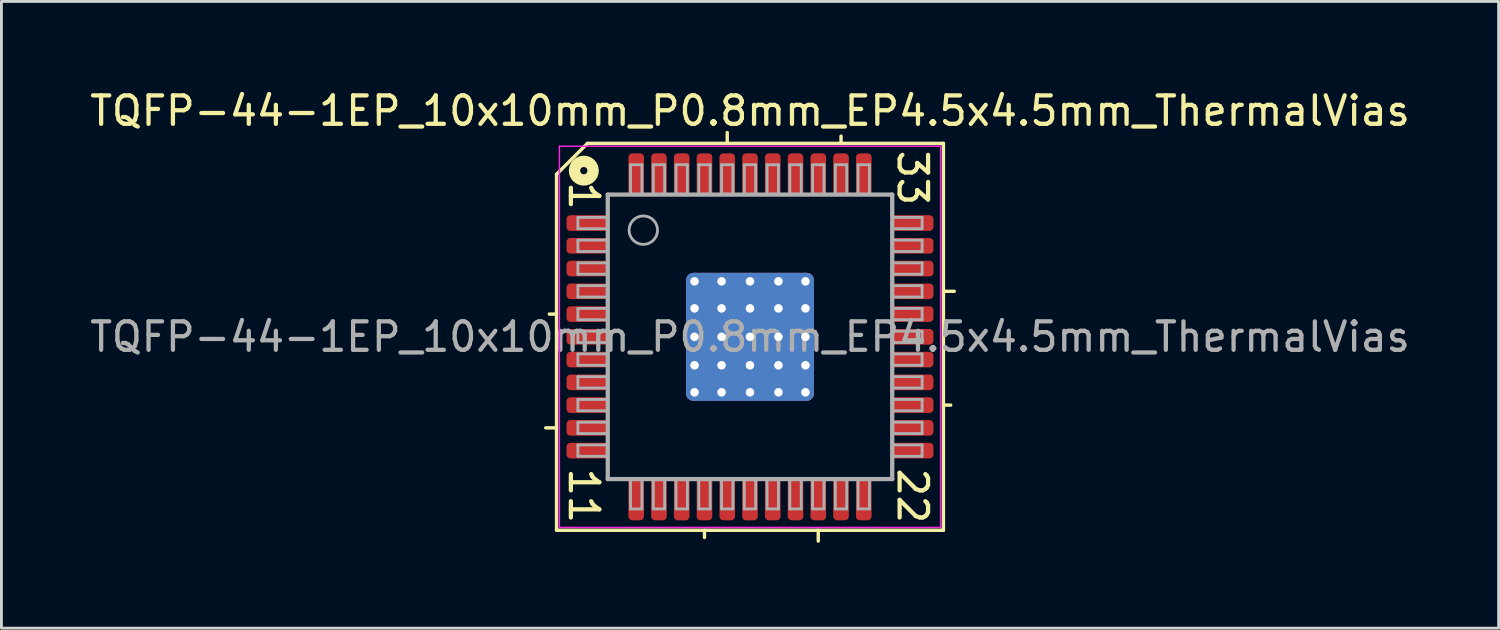
<source format=kicad_pcb>
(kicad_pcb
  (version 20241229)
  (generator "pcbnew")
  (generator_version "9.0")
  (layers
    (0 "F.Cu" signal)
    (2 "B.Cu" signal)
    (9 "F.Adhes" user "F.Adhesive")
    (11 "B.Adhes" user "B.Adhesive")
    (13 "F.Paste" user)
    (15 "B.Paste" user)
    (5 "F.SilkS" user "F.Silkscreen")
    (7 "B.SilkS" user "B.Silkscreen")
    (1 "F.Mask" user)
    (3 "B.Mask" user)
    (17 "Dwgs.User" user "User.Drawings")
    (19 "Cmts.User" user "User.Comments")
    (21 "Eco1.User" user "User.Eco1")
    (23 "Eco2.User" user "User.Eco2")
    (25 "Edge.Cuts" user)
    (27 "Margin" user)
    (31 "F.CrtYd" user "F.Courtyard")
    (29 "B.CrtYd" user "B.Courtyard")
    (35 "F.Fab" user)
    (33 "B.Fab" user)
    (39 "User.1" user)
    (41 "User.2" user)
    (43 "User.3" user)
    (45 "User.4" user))
  (footprint "TQFP-44-1EP_10x10mm_P0.8mm_EP4.5x4.5mm_ThermalVias"
    (layer "F.Cu")
    (at 23.315 8.791)
    (property "Reference" "TQFP-44-1EP_10x10mm_P0.8mm_EP4.5x4.5mm_ThermalVias" (at 0 -7.943 0) (layer "F.SilkS") (effects (font (size 1 1) (thickness 0.15))))
    (attr smd)
    (fp_line (start -6.8 -5.715) (end -6.8 6.8) (stroke (width 0.12) (type solid)) (layer "F.SilkS"))
    (fp_line (start -6.8 -0.8) (end -7.054 -0.8) (stroke (width 0.12) (type solid)) (layer "F.SilkS"))
    (fp_line (start -6.8 3.2) (end -7.181 3.2) (stroke (width 0.12) (type solid)) (layer "F.SilkS"))
    (fp_line (start -6.8 6.8) (end 6.8 6.8) (stroke (width 0.12) (type solid)) (layer "F.SilkS"))
    (fp_line (start -5.715 -6.8) (end -6.8 -5.715) (stroke (width 0.12) (type solid)) (layer "F.SilkS"))
    (fp_line (start -1.6 6.8) (end -1.6 7.054) (stroke (width 0.12) (type solid)) (layer "F.SilkS"))
    (fp_line (start -0.8 -6.8) (end -0.8 -7.181) (stroke (width 0.12) (type solid)) (layer "F.SilkS"))
    (fp_line (start 2.4 6.8) (end 2.4 7.181) (stroke (width 0.12) (type solid)) (layer "F.SilkS"))
    (fp_line (start 3.2 -6.8) (end 3.2 -7.054) (stroke (width 0.12) (type solid)) (layer "F.SilkS"))
    (fp_line (start 6.8 -6.8) (end -5.715 -6.8) (stroke (width 0.12) (type solid)) (layer "F.SilkS"))
    (fp_line (start 6.8 -1.6) (end 7.181 -1.6) (stroke (width 0.12) (type solid)) (layer "F.SilkS"))
    (fp_line (start 6.8 2.4) (end 7.054 2.4) (stroke (width 0.12) (type solid)) (layer "F.SilkS"))
    (fp_line (start 6.8 6.8) (end 6.8 -6.8) (stroke (width 0.12) (type solid)) (layer "F.SilkS"))
    (fp_circle (center -5.842 -5.842) (end -5.715 -5.842) (stroke (width 0.4) (type solid)) (fill no) (layer "F.SilkS"))
    (fp_line (start -6.7 -6.7) (end -6.7 6.7) (stroke (width 0.05) (type solid)) (layer "F.CrtYd"))
    (fp_line (start -6.7 -6.7) (end 6.7 -6.7) (stroke (width 0.05) (type solid)) (layer "F.CrtYd"))
    (fp_line (start -6.7 6.7) (end 6.7 6.7) (stroke (width 0.05) (type solid)) (layer "F.CrtYd"))
    (fp_line (start 6.7 -6.7) (end 6.7 6.7) (stroke (width 0.05) (type solid)) (layer "F.CrtYd"))
    (fp_line (start -6.05 -4.2) (end -6.05 -3.8) (stroke (width 0.1) (type solid)) (layer "F.Fab"))
    (fp_line (start -6.05 -4.2) (end -5 -4.2) (stroke (width 0.1) (type solid)) (layer "F.Fab"))
    (fp_line (start -6.05 -3.8) (end -5 -3.8) (stroke (width 0.1) (type solid)) (layer "F.Fab"))
    (fp_line (start -6.05 -3.4) (end -6.05 -3) (stroke (width 0.1) (type solid)) (layer "F.Fab"))
    (fp_line (start -6.05 -3.4) (end -5 -3.4) (stroke (width 0.1) (type solid)) (layer "F.Fab"))
    (fp_line (start -6.05 -3) (end -5 -3) (stroke (width 0.1) (type solid)) (layer "F.Fab"))
    (fp_line (start -6.05 -2.6) (end -6.05 -2.2) (stroke (width 0.1) (type solid)) (layer "F.Fab"))
    (fp_line (start -6.05 -2.6) (end -5 -2.6) (stroke (width 0.1) (type solid)) (layer "F.Fab"))
    (fp_line (start -6.05 -2.2) (end -5 -2.2) (stroke (width 0.1) (type solid)) (layer "F.Fab"))
    (fp_line (start -6.05 -1.8) (end -6.05 -1.4) (stroke (width 0.1) (type solid)) (layer "F.Fab"))
    (fp_line (start -6.05 -1.8) (end -5 -1.8) (stroke (width 0.1) (type solid)) (layer "F.Fab"))
    (fp_line (start -6.05 -1.4) (end -5 -1.4) (stroke (width 0.1) (type solid)) (layer "F.Fab"))
    (fp_line (start -6.05 -1) (end -6.05 -0.6) (stroke (width 0.1) (type solid)) (layer "F.Fab"))
    (fp_line (start -6.05 -1) (end -5 -1) (stroke (width 0.1) (type solid)) (layer "F.Fab"))
    (fp_line (start -6.05 -0.6) (end -5 -0.6) (stroke (width 0.1) (type solid)) (layer "F.Fab"))
    (fp_line (start -6.05 -0.2) (end -6.05 0.2) (stroke (width 0.1) (type solid)) (layer "F.Fab"))
    (fp_line (start -6.05 -0.2) (end -5 -0.2) (stroke (width 0.1) (type solid)) (layer "F.Fab"))
    (fp_line (start -6.05 0.2) (end -5 0.2) (stroke (width 0.1) (type solid)) (layer "F.Fab"))
    (fp_line (start -6.05 0.6) (end -6.05 1) (stroke (width 0.1) (type solid)) (layer "F.Fab"))
    (fp_line (start -6.05 0.6) (end -5 0.6) (stroke (width 0.1) (type solid)) (layer "F.Fab"))
    (fp_line (start -6.05 1) (end -5 1) (stroke (width 0.1) (type solid)) (layer "F.Fab"))
    (fp_line (start -6.05 1.4) (end -6.05 1.8) (stroke (width 0.1) (type solid)) (layer "F.Fab"))
    (fp_line (start -6.05 1.4) (end -5 1.4) (stroke (width 0.1) (type solid)) (layer "F.Fab"))
    (fp_line (start -6.05 1.8) (end -5 1.8) (stroke (width 0.1) (type solid)) (layer "F.Fab"))
    (fp_line (start -6.05 2.2) (end -6.05 2.6) (stroke (width 0.1) (type solid)) (layer "F.Fab"))
    (fp_line (start -6.05 2.2) (end -5 2.2) (stroke (width 0.1) (type solid)) (layer "F.Fab"))
    (fp_line (start -6.05 2.6) (end -5 2.6) (stroke (width 0.1) (type solid)) (layer "F.Fab"))
    (fp_line (start -6.05 3) (end -6.05 3.4) (stroke (width 0.1) (type solid)) (layer "F.Fab"))
    (fp_line (start -6.05 3) (end -5 3) (stroke (width 0.1) (type solid)) (layer "F.Fab"))
    (fp_line (start -6.05 3.4) (end -5 3.4) (stroke (width 0.1) (type solid)) (layer "F.Fab"))
    (fp_line (start -6.05 3.8) (end -6.05 4.2) (stroke (width 0.1) (type solid)) (layer "F.Fab"))
    (fp_line (start -6.05 3.8) (end -5 3.8) (stroke (width 0.1) (type solid)) (layer "F.Fab"))
    (fp_line (start -6.05 4.2) (end -5 4.2) (stroke (width 0.1) (type solid)) (layer "F.Fab"))
    (fp_line (start -5 -5) (end 5 -5) (stroke (width 0.15) (type solid)) (layer "F.Fab"))
    (fp_line (start -5 5) (end -5 -5) (stroke (width 0.15) (type solid)) (layer "F.Fab"))
    (fp_line (start -4.2 -6.05) (end -4.2 -5) (stroke (width 0.1) (type solid)) (layer "F.Fab"))
    (fp_line (start -4.2 6.05) (end -4.2 5) (stroke (width 0.1) (type solid)) (layer "F.Fab"))
    (fp_line (start -4.2 6.05) (end -3.8 6.05) (stroke (width 0.1) (type solid)) (layer "F.Fab"))
    (fp_line (start -3.8 -6.05) (end -4.2 -6.05) (stroke (width 0.1) (type solid)) (layer "F.Fab"))
    (fp_line (start -3.8 -6.05) (end -3.8 -5) (stroke (width 0.1) (type solid)) (layer "F.Fab"))
    (fp_line (start -3.8 6.05) (end -3.8 5) (stroke (width 0.1) (type solid)) (layer "F.Fab"))
    (fp_line (start -3.4 -6.05) (end -3.4 -5) (stroke (width 0.1) (type solid)) (layer "F.Fab"))
    (fp_line (start -3.4 6.05) (end -3.4 5) (stroke (width 0.1) (type solid)) (layer "F.Fab"))
    (fp_line (start -3.4 6.05) (end -3 6.05) (stroke (width 0.1) (type solid)) (layer "F.Fab"))
    (fp_line (start -3 -6.05) (end -3.4 -6.05) (stroke (width 0.1) (type solid)) (layer "F.Fab"))
    (fp_line (start -3 -6.05) (end -3 -5) (stroke (width 0.1) (type solid)) (layer "F.Fab"))
    (fp_line (start -3 6.05) (end -3 5) (stroke (width 0.1) (type solid)) (layer "F.Fab"))
    (fp_line (start -2.6 -6.05) (end -2.6 -5) (stroke (width 0.1) (type solid)) (layer "F.Fab"))
    (fp_line (start -2.6 6.05) (end -2.6 5) (stroke (width 0.1) (type solid)) (layer "F.Fab"))
    (fp_line (start -2.6 6.05) (end -2.2 6.05) (stroke (width 0.1) (type solid)) (layer "F.Fab"))
    (fp_line (start -2.2 -6.05) (end -2.6 -6.05) (stroke (width 0.1) (type solid)) (layer "F.Fab"))
    (fp_line (start -2.2 -6.05) (end -2.2 -5) (stroke (width 0.1) (type solid)) (layer "F.Fab"))
    (fp_line (start -2.2 6.05) (end -2.2 5) (stroke (width 0.1) (type solid)) (layer "F.Fab"))
    (fp_line (start -1.8 -6.05) (end -1.8 -5) (stroke (width 0.1) (type solid)) (layer "F.Fab"))
    (fp_line (start -1.8 6.05) (end -1.8 5) (stroke (width 0.1) (type solid)) (layer "F.Fab"))
    (fp_line (start -1.8 6.05) (end -1.4 6.05) (stroke (width 0.1) (type solid)) (layer "F.Fab"))
    (fp_line (start -1.4 -6.05) (end -1.8 -6.05) (stroke (width 0.1) (type solid)) (layer "F.Fab"))
    (fp_line (start -1.4 -6.05) (end -1.4 -5) (stroke (width 0.1) (type solid)) (layer "F.Fab"))
    (fp_line (start -1.4 6.05) (end -1.4 5) (stroke (width 0.1) (type solid)) (layer "F.Fab"))
    (fp_line (start -1 -6.05) (end -1 -5) (stroke (width 0.1) (type solid)) (layer "F.Fab"))
    (fp_line (start -1 6.05) (end -1 5) (stroke (width 0.1) (type solid)) (layer "F.Fab"))
    (fp_line (start -1 6.05) (end -0.6 6.05) (stroke (width 0.1) (type solid)) (layer "F.Fab"))
    (fp_line (start -0.6 -6.05) (end -1 -6.05) (stroke (width 0.1) (type solid)) (layer "F.Fab"))
    (fp_line (start -0.6 -6.05) (end -0.6 -5) (stroke (width 0.1) (type solid)) (layer "F.Fab"))
    (fp_line (start -0.6 6.05) (end -0.6 5) (stroke (width 0.1) (type solid)) (layer "F.Fab"))
    (fp_line (start -0.2 -6.05) (end -0.2 -5) (stroke (width 0.1) (type solid)) (layer "F.Fab"))
    (fp_line (start -0.2 6.05) (end -0.2 5) (stroke (width 0.1) (type solid)) (layer "F.Fab"))
    (fp_line (start -0.2 6.05) (end 0.2 6.05) (stroke (width 0.1) (type solid)) (layer "F.Fab"))
    (fp_line (start 0.2 -6.05) (end -0.2 -6.05) (stroke (width 0.1) (type solid)) (layer "F.Fab"))
    (fp_line (start 0.2 -6.05) (end 0.2 -5) (stroke (width 0.1) (type solid)) (layer "F.Fab"))
    (fp_line (start 0.2 6.05) (end 0.2 5) (stroke (width 0.1) (type solid)) (layer "F.Fab"))
    (fp_line (start 0.6 -6.05) (end 0.6 -5) (stroke (width 0.1) (type solid)) (layer "F.Fab"))
    (fp_line (start 0.6 6.05) (end 0.6 5) (stroke (width 0.1) (type solid)) (layer "F.Fab"))
    (fp_line (start 0.6 6.05) (end 1 6.05) (stroke (width 0.1) (type solid)) (layer "F.Fab"))
    (fp_line (start 1 -6.05) (end 0.6 -6.05) (stroke (width 0.1) (type solid)) (layer "F.Fab"))
    (fp_line (start 1 -6.05) (end 1 -5) (stroke (width 0.1) (type solid)) (layer "F.Fab"))
    (fp_line (start 1 6.05) (end 1 5) (stroke (width 0.1) (type solid)) (layer "F.Fab"))
    (fp_line (start 1.4 -6.05) (end 1.4 -5) (stroke (width 0.1) (type solid)) (layer "F.Fab"))
    (fp_line (start 1.4 6.05) (end 1.4 5) (stroke (width 0.1) (type solid)) (layer "F.Fab"))
    (fp_line (start 1.4 6.05) (end 1.8 6.05) (stroke (width 0.1) (type solid)) (layer "F.Fab"))
    (fp_line (start 1.8 -6.05) (end 1.4 -6.05) (stroke (width 0.1) (type solid)) (layer "F.Fab"))
    (fp_line (start 1.8 -6.05) (end 1.8 -5) (stroke (width 0.1) (type solid)) (layer "F.Fab"))
    (fp_line (start 1.8 6.05) (end 1.8 5) (stroke (width 0.1) (type solid)) (layer "F.Fab"))
    (fp_line (start 2.2 -6.05) (end 2.2 -5) (stroke (width 0.1) (type solid)) (layer "F.Fab"))
    (fp_line (start 2.2 6.05) (end 2.2 5) (stroke (width 0.1) (type solid)) (layer "F.Fab"))
    (fp_line (start 2.2 6.05) (end 2.6 6.05) (stroke (width 0.1) (type solid)) (layer "F.Fab"))
    (fp_line (start 2.6 -6.05) (end 2.2 -6.05) (stroke (width 0.1) (type solid)) (layer "F.Fab"))
    (fp_line (start 2.6 -6.05) (end 2.6 -5) (stroke (width 0.1) (type solid)) (layer "F.Fab"))
    (fp_line (start 2.6 6.05) (end 2.6 5) (stroke (width 0.1) (type solid)) (layer "F.Fab"))
    (fp_line (start 3 -6.05) (end 3 -5) (stroke (width 0.1) (type solid)) (layer "F.Fab"))
    (fp_line (start 3 6.05) (end 3 5) (stroke (width 0.1) (type solid)) (layer "F.Fab"))
    (fp_line (start 3 6.05) (end 3.4 6.05) (stroke (width 0.1) (type solid)) (layer "F.Fab"))
    (fp_line (start 3.4 -6.05) (end 3 -6.05) (stroke (width 0.1) (type solid)) (layer "F.Fab"))
    (fp_line (start 3.4 -6.05) (end 3.4 -5) (stroke (width 0.1) (type solid)) (layer "F.Fab"))
    (fp_line (start 3.4 6.05) (end 3.4 5) (stroke (width 0.1) (type solid)) (layer "F.Fab"))
    (fp_line (start 3.8 -6.05) (end 3.8 -5) (stroke (width 0.1) (type solid)) (layer "F.Fab"))
    (fp_line (start 3.8 6.05) (end 3.8 5) (stroke (width 0.1) (type solid)) (layer "F.Fab"))
    (fp_line (start 3.8 6.05) (end 4.2 6.05) (stroke (width 0.1) (type solid)) (layer "F.Fab"))
    (fp_line (start 4.2 -6.05) (end 3.8 -6.05) (stroke (width 0.1) (type solid)) (layer "F.Fab"))
    (fp_line (start 4.2 -6.05) (end 4.2 -5) (stroke (width 0.1) (type solid)) (layer "F.Fab"))
    (fp_line (start 4.2 6.05) (end 4.2 5) (stroke (width 0.1) (type solid)) (layer "F.Fab"))
    (fp_line (start 5 -5) (end 5 5) (stroke (width 0.15) (type solid)) (layer "F.Fab"))
    (fp_line (start 5 5) (end -5 5) (stroke (width 0.15) (type solid)) (layer "F.Fab"))
    (fp_line (start 6.05 -4.2) (end 5 -4.2) (stroke (width 0.1) (type solid)) (layer "F.Fab"))
    (fp_line (start 6.05 -3.8) (end 5 -3.8) (stroke (width 0.1) (type solid)) (layer "F.Fab"))
    (fp_line (start 6.05 -3.8) (end 6.05 -4.2) (stroke (width 0.1) (type solid)) (layer "F.Fab"))
    (fp_line (start 6.05 -3.4) (end 5 -3.4) (stroke (width 0.1) (type solid)) (layer "F.Fab"))
    (fp_line (start 6.05 -3) (end 5 -3) (stroke (width 0.1) (type solid)) (layer "F.Fab"))
    (fp_line (start 6.05 -3) (end 6.05 -3.4) (stroke (width 0.1) (type solid)) (layer "F.Fab"))
    (fp_line (start 6.05 -2.6) (end 5 -2.6) (stroke (width 0.1) (type solid)) (layer "F.Fab"))
    (fp_line (start 6.05 -2.2) (end 5 -2.2) (stroke (width 0.1) (type solid)) (layer "F.Fab"))
    (fp_line (start 6.05 -2.2) (end 6.05 -2.6) (stroke (width 0.1) (type solid)) (layer "F.Fab"))
    (fp_line (start 6.05 -1.8) (end 5 -1.8) (stroke (width 0.1) (type solid)) (layer "F.Fab"))
    (fp_line (start 6.05 -1.4) (end 5 -1.4) (stroke (width 0.1) (type solid)) (layer "F.Fab"))
    (fp_line (start 6.05 -1.4) (end 6.05 -1.8) (stroke (width 0.1) (type solid)) (layer "F.Fab"))
    (fp_line (start 6.05 -1) (end 5 -1) (stroke (width 0.1) (type solid)) (layer "F.Fab"))
    (fp_line (start 6.05 -0.6) (end 5 -0.6) (stroke (width 0.1) (type solid)) (layer "F.Fab"))
    (fp_line (start 6.05 -0.6) (end 6.05 -1) (stroke (width 0.1) (type solid)) (layer "F.Fab"))
    (fp_line (start 6.05 -0.2) (end 5 -0.2) (stroke (width 0.1) (type solid)) (layer "F.Fab"))
    (fp_line (start 6.05 0.2) (end 5 0.2) (stroke (width 0.1) (type solid)) (layer "F.Fab"))
    (fp_line (start 6.05 0.2) (end 6.05 -0.2) (stroke (width 0.1) (type solid)) (layer "F.Fab"))
    (fp_line (start 6.05 0.6) (end 5 0.6) (stroke (width 0.1) (type solid)) (layer "F.Fab"))
    (fp_line (start 6.05 1) (end 5 1) (stroke (width 0.1) (type solid)) (layer "F.Fab"))
    (fp_line (start 6.05 1) (end 6.05 0.6) (stroke (width 0.1) (type solid)) (layer "F.Fab"))
    (fp_line (start 6.05 1.4) (end 5 1.4) (stroke (width 0.1) (type solid)) (layer "F.Fab"))
    (fp_line (start 6.05 1.8) (end 5 1.8) (stroke (width 0.1) (type solid)) (layer "F.Fab"))
    (fp_line (start 6.05 1.8) (end 6.05 1.4) (stroke (width 0.1) (type solid)) (layer "F.Fab"))
    (fp_line (start 6.05 2.2) (end 5 2.2) (stroke (width 0.1) (type solid)) (layer "F.Fab"))
    (fp_line (start 6.05 2.6) (end 5 2.6) (stroke (width 0.1) (type solid)) (layer "F.Fab"))
    (fp_line (start 6.05 2.6) (end 6.05 2.2) (stroke (width 0.1) (type solid)) (layer "F.Fab"))
    (fp_line (start 6.05 3) (end 5 3) (stroke (width 0.1) (type solid)) (layer "F.Fab"))
    (fp_line (start 6.05 3.4) (end 5 3.4) (stroke (width 0.1) (type solid)) (layer "F.Fab"))
    (fp_line (start 6.05 3.4) (end 6.05 3) (stroke (width 0.1) (type solid)) (layer "F.Fab"))
    (fp_line (start 6.05 3.8) (end 5 3.8) (stroke (width 0.1) (type solid)) (layer "F.Fab"))
    (fp_line (start 6.05 4.2) (end 5 4.2) (stroke (width 0.1) (type solid)) (layer "F.Fab"))
    (fp_line (start 6.05 4.2) (end 6.05 3.8) (stroke (width 0.1) (type solid)) (layer "F.Fab"))
    (fp_circle (center -3.75 -3.75) (end -3.25 -3.75) (stroke (width 0.1) (type solid)) (fill no) (layer "F.Fab"))
    (fp_text user "1" (at -5.842 -4.953 270) (unlocked yes) (layer "F.SilkS") (effects (font (size 1 1) (thickness 0.15))))
    (fp_text user "22" (at 5.715 5.588 270) (unlocked yes) (layer "F.SilkS") (effects (font (size 1 1) (thickness 0.15))))
    (fp_text user "11" (at -5.842 5.588 270) (unlocked yes) (layer "F.SilkS") (effects (font (size 1 1) (thickness 0.15))))
    (fp_text user "33" (at 5.715 -5.588 270) (unlocked yes) (layer "F.SilkS") (effects (font (size 1 1) (thickness 0.15))))
    (fp_text user "${REFERENCE}" (at 0 0 0) (layer "F.Fab") (effects (font (size 1 1) (thickness 0.15))))
    (pad "" smd roundrect (at -1.5 -1.5) (size 0.8 0.8) (layers "F.Paste") (roundrect_rratio 0.25))
    (pad "" smd roundrect (at -1.5 -0.5) (size 0.8 0.8) (layers "F.Paste") (roundrect_rratio 0.25))
    (pad "" smd roundrect (at -1.5 0.5) (size 0.8 0.8) (layers "F.Paste") (roundrect_rratio 0.25))
    (pad "" smd roundrect (at -1.5 1.5) (size 0.8 0.8) (layers "F.Paste") (roundrect_rratio 0.25))
    (pad "" smd roundrect (at -0.5 -1.5) (size 0.8 0.8) (layers "F.Paste") (roundrect_rratio 0.25))
    (pad "" smd roundrect (at -0.5 -0.5) (size 0.8 0.8) (layers "F.Paste") (roundrect_rratio 0.25))
    (pad "" smd roundrect (at -0.5 0.5) (size 0.8 0.8) (layers "F.Paste") (roundrect_rratio 0.25))
    (pad "" smd roundrect (at -0.5 1.5) (size 0.8 0.8) (layers "F.Paste") (roundrect_rratio 0.25))
    (pad "" smd roundrect (at 0.5 -1.5) (size 0.8 0.8) (layers "F.Paste") (roundrect_rratio 0.25))
    (pad "" smd roundrect (at 0.5 -0.5) (size 0.8 0.8) (layers "F.Paste") (roundrect_rratio 0.25))
    (pad "" smd roundrect (at 0.5 0.5) (size 0.8 0.8) (layers "F.Paste") (roundrect_rratio 0.25))
    (pad "" smd roundrect (at 0.5 1.5) (size 0.8 0.8) (layers "F.Paste") (roundrect_rratio 0.25))
    (pad "" smd roundrect (at 1.5 -1.5) (size 0.8 0.8) (layers "F.Paste") (roundrect_rratio 0.25))
    (pad "" smd roundrect (at 1.5 -0.5) (size 0.8 0.8) (layers "F.Paste") (roundrect_rratio 0.25))
    (pad "" smd roundrect (at 1.5 0.5) (size 0.8 0.8) (layers "F.Paste") (roundrect_rratio 0.25))
    (pad "" smd roundrect (at 1.5 1.5) (size 0.8 0.8) (layers "F.Paste") (roundrect_rratio 0.25))
    (pad "1" smd roundrect (at -5.7 -4) (size 1.5 0.55) (layers "F.Cu" "F.Mask" "F.Paste") (roundrect_rratio 0.25))
    (pad "2" smd roundrect (at -5.7 -3.2) (size 1.5 0.55) (layers "F.Cu" "F.Mask" "F.Paste") (roundrect_rratio 0.25))
    (pad "3" smd roundrect (at -5.7 -2.4) (size 1.5 0.55) (layers "F.Cu" "F.Mask" "F.Paste") (roundrect_rratio 0.25))
    (pad "4" smd roundrect (at -5.7 -1.6) (size 1.5 0.55) (layers "F.Cu" "F.Mask" "F.Paste") (roundrect_rratio 0.25))
    (pad "5" smd roundrect (at -5.7 -0.8) (size 1.5 0.55) (layers "F.Cu" "F.Mask" "F.Paste") (roundrect_rratio 0.25))
    (pad "6" smd roundrect (at -5.7 0) (size 1.5 0.55) (layers "F.Cu" "F.Mask" "F.Paste") (roundrect_rratio 0.25))
    (pad "7" smd roundrect (at -5.7 0.8) (size 1.5 0.55) (layers "F.Cu" "F.Mask" "F.Paste") (roundrect_rratio 0.25))
    (pad "8" smd roundrect (at -5.7 1.6) (size 1.5 0.55) (layers "F.Cu" "F.Mask" "F.Paste") (roundrect_rratio 0.25))
    (pad "9" smd roundrect (at -5.7 2.4) (size 1.5 0.55) (layers "F.Cu" "F.Mask" "F.Paste") (roundrect_rratio 0.25))
    (pad "10" smd roundrect (at -5.7 3.2) (size 1.5 0.55) (layers "F.Cu" "F.Mask" "F.Paste") (roundrect_rratio 0.25))
    (pad "11" smd roundrect (at -5.7 4) (size 1.5 0.55) (layers "F.Cu" "F.Mask" "F.Paste") (roundrect_rratio 0.25))
    (pad "12" smd roundrect (at -4 5.7 90) (size 1.5 0.55) (layers "F.Cu" "F.Mask" "F.Paste") (roundrect_rratio 0.25))
    (pad "13" smd roundrect (at -3.2 5.7 90) (size 1.5 0.55) (layers "F.Cu" "F.Mask" "F.Paste") (roundrect_rratio 0.25))
    (pad "14" smd roundrect (at -2.4 5.7 90) (size 1.5 0.55) (layers "F.Cu" "F.Mask" "F.Paste") (roundrect_rratio 0.25))
    (pad "15" smd roundrect (at -1.6 5.7 90) (size 1.5 0.55) (layers "F.Cu" "F.Mask" "F.Paste") (roundrect_rratio 0.25))
    (pad "16" smd roundrect (at -0.8 5.7 90) (size 1.5 0.55) (layers "F.Cu" "F.Mask" "F.Paste") (roundrect_rratio 0.25))
    (pad "17" smd roundrect (at 0 5.7 90) (size 1.5 0.55) (layers "F.Cu" "F.Mask" "F.Paste") (roundrect_rratio 0.25))
    (pad "18" smd roundrect (at 0.8 5.7 90) (size 1.5 0.55) (layers "F.Cu" "F.Mask" "F.Paste") (roundrect_rratio 0.25))
    (pad "19" smd roundrect (at 1.6 5.7 90) (size 1.5 0.55) (layers "F.Cu" "F.Mask" "F.Paste") (roundrect_rratio 0.25))
    (pad "20" smd roundrect (at 2.4 5.7 90) (size 1.5 0.55) (layers "F.Cu" "F.Mask" "F.Paste") (roundrect_rratio 0.25))
    (pad "21" smd roundrect (at 3.2 5.7 90) (size 1.5 0.55) (layers "F.Cu" "F.Mask" "F.Paste") (roundrect_rratio 0.25))
    (pad "22" smd roundrect (at 4 5.7 90) (size 1.5 0.55) (layers "F.Cu" "F.Mask" "F.Paste") (roundrect_rratio 0.25))
    (pad "23" smd roundrect (at 5.7 4) (size 1.5 0.55) (layers "F.Cu" "F.Mask" "F.Paste") (roundrect_rratio 0.25))
    (pad "24" smd roundrect (at 5.7 3.2) (size 1.5 0.55) (layers "F.Cu" "F.Mask" "F.Paste") (roundrect_rratio 0.25))
    (pad "25" smd roundrect (at 5.7 2.4) (size 1.5 0.55) (layers "F.Cu" "F.Mask" "F.Paste") (roundrect_rratio 0.25))
    (pad "26" smd roundrect (at 5.7 1.6) (size 1.5 0.55) (layers "F.Cu" "F.Mask" "F.Paste") (roundrect_rratio 0.25))
    (pad "27" smd roundrect (at 5.7 0.8) (size 1.5 0.55) (layers "F.Cu" "F.Mask" "F.Paste") (roundrect_rratio 0.25))
    (pad "28" smd roundrect (at 5.7 0) (size 1.5 0.55) (layers "F.Cu" "F.Mask" "F.Paste") (roundrect_rratio 0.25))
    (pad "29" smd roundrect (at 5.7 -0.8) (size 1.5 0.55) (layers "F.Cu" "F.Mask" "F.Paste") (roundrect_rratio 0.25))
    (pad "30" smd roundrect (at 5.7 -1.6) (size 1.5 0.55) (layers "F.Cu" "F.Mask" "F.Paste") (roundrect_rratio 0.25))
    (pad "31" smd roundrect (at 5.7 -2.4) (size 1.5 0.55) (layers "F.Cu" "F.Mask" "F.Paste") (roundrect_rratio 0.25))
    (pad "32" smd roundrect (at 5.7 -3.2) (size 1.5 0.55) (layers "F.Cu" "F.Mask" "F.Paste") (roundrect_rratio 0.25))
    (pad "33" smd roundrect (at 5.7 -4) (size 1.5 0.55) (layers "F.Cu" "F.Mask" "F.Paste") (roundrect_rratio 0.25))
    (pad "34" smd roundrect (at 4 -5.7 90) (size 1.5 0.55) (layers "F.Cu" "F.Mask" "F.Paste") (roundrect_rratio 0.25))
    (pad "35" smd roundrect (at 3.2 -5.7 90) (size 1.5 0.55) (layers "F.Cu" "F.Mask" "F.Paste") (roundrect_rratio 0.25))
    (pad "36" smd roundrect (at 2.4 -5.7 90) (size 1.5 0.55) (layers "F.Cu" "F.Mask" "F.Paste") (roundrect_rratio 0.25))
    (pad "37" smd roundrect (at 1.6 -5.7 90) (size 1.5 0.55) (layers "F.Cu" "F.Mask" "F.Paste") (roundrect_rratio 0.25))
    (pad "38" smd roundrect (at 0.8 -5.7 90) (size 1.5 0.55) (layers "F.Cu" "F.Mask" "F.Paste") (roundrect_rratio 0.25))
    (pad "39" smd roundrect (at 0 -5.7 90) (size 1.5 0.55) (layers "F.Cu" "F.Mask" "F.Paste") (roundrect_rratio 0.25))
    (pad "40" smd roundrect (at -0.8 -5.7 90) (size 1.5 0.55) (layers "F.Cu" "F.Mask" "F.Paste") (roundrect_rratio 0.25))
    (pad "41" smd roundrect (at -1.6 -5.7 90) (size 1.5 0.55) (layers "F.Cu" "F.Mask" "F.Paste") (roundrect_rratio 0.25))
    (pad "42" smd roundrect (at -2.4 -5.7 90) (size 1.5 0.55) (layers "F.Cu" "F.Mask" "F.Paste") (roundrect_rratio 0.25))
    (pad "43" smd roundrect (at -3.2 -5.7 90) (size 1.5 0.55) (layers "F.Cu" "F.Mask" "F.Paste") (roundrect_rratio 0.25))
    (pad "44" smd roundrect (at -4 -5.7 90) (size 1.5 0.55) (layers "F.Cu" "F.Mask" "F.Paste") (roundrect_rratio 0.25))
    (pad "45" thru_hole circle (at -1.95 -1.95) (size 0.6 0.6) (drill 0.3) (property pad_prop_heatsink) (layers "*.Cu"))
    (pad "45" thru_hole circle (at -1.95 -1) (size 0.6 0.6) (drill 0.3) (property pad_prop_heatsink) (layers "*.Cu"))
    (pad "45" thru_hole circle (at -1.95 0) (size 0.6 0.6) (drill 0.3) (property pad_prop_heatsink) (layers "*.Cu"))
    (pad "45" thru_hole circle (at -1.95 1) (size 0.6 0.6) (drill 0.3) (property pad_prop_heatsink) (layers "*.Cu"))
    (pad "45" thru_hole circle (at -1.95 1.95) (size 0.6 0.6) (drill 0.3) (property pad_prop_heatsink) (layers "*.Cu"))
    (pad "45" thru_hole circle (at -1 -1.95) (size 0.6 0.6) (drill 0.3) (property pad_prop_heatsink) (layers "*.Cu"))
    (pad "45" thru_hole circle (at -1 -1) (size 0.6 0.6) (drill 0.3) (property pad_prop_heatsink) (layers "*.Cu"))
    (pad "45" thru_hole circle (at -1 0) (size 0.6 0.6) (drill 0.3) (property pad_prop_heatsink) (layers "*.Cu"))
    (pad "45" thru_hole circle (at -1 1) (size 0.6 0.6) (drill 0.3) (property pad_prop_heatsink) (layers "*.Cu"))
    (pad "45" thru_hole circle (at -1 1.95) (size 0.6 0.6) (drill 0.3) (property pad_prop_heatsink) (layers "*.Cu"))
    (pad "45" thru_hole circle (at 0 -1.95) (size 0.6 0.6) (drill 0.3) (property pad_prop_heatsink) (layers "*.Cu"))
    (pad "45" thru_hole circle (at 0 -1) (size 0.6 0.6) (drill 0.3) (property pad_prop_heatsink) (layers "*.Cu"))
    (pad "45" thru_hole circle (at 0 0) (size 0.6 0.6) (drill 0.3) (property pad_prop_heatsink) (layers "*.Cu"))
    (pad "45" smd roundrect (at 0 0) (size 4.5 4.5) (layers "F.Cu" "F.Mask") (roundrect_rratio 0.056))
    (pad "45" smd roundrect (at 0 0) (size 4.5 4.5) (layers "B.Cu" "B.Mask") (roundrect_rratio 0.056))
    (pad "45" thru_hole circle (at 0 1) (size 0.6 0.6) (drill 0.3) (property pad_prop_heatsink) (layers "*.Cu"))
    (pad "45" thru_hole circle (at 0 1.95) (size 0.6 0.6) (drill 0.3) (property pad_prop_heatsink) (layers "*.Cu"))
    (pad "45" thru_hole circle (at 1 -1.95) (size 0.6 0.6) (drill 0.3) (property pad_prop_heatsink) (layers "*.Cu"))
    (pad "45" thru_hole circle (at 1 -1) (size 0.6 0.6) (drill 0.3) (property pad_prop_heatsink) (layers "*.Cu"))
    (pad "45" thru_hole circle (at 1 0) (size 0.6 0.6) (drill 0.3) (property pad_prop_heatsink) (layers "*.Cu"))
    (pad "45" thru_hole circle (at 1 1) (size 0.6 0.6) (drill 0.3) (property pad_prop_heatsink) (layers "*.Cu"))
    (pad "45" thru_hole circle (at 1 1.95) (size 0.6 0.6) (drill 0.3) (property pad_prop_heatsink) (layers "*.Cu"))
    (pad "45" thru_hole circle (at 1.95 -1.95) (size 0.6 0.6) (drill 0.3) (property pad_prop_heatsink) (layers "*.Cu"))
    (pad "45" thru_hole circle (at 1.95 -1) (size 0.6 0.6) (drill 0.3) (property pad_prop_heatsink) (layers "*.Cu"))
    (pad "45" thru_hole circle (at 1.95 0) (size 0.6 0.6) (drill 0.3) (property pad_prop_heatsink) (layers "*.Cu"))
    (pad "45" thru_hole circle (at 1.95 1) (size 0.6 0.6) (drill 0.3) (property pad_prop_heatsink) (layers "*.Cu"))
    (pad "45" thru_hole circle (at 1.95 1.95) (size 0.6 0.6) (drill 0.3) (property pad_prop_heatsink) (layers "*.Cu")))
  (gr_rect
    (start -3 -3)
    (end 49.631 19.032)
    (stroke (width 0.1) (type default))
    (fill no)
    (layer "Edge.Cuts")))
</source>
